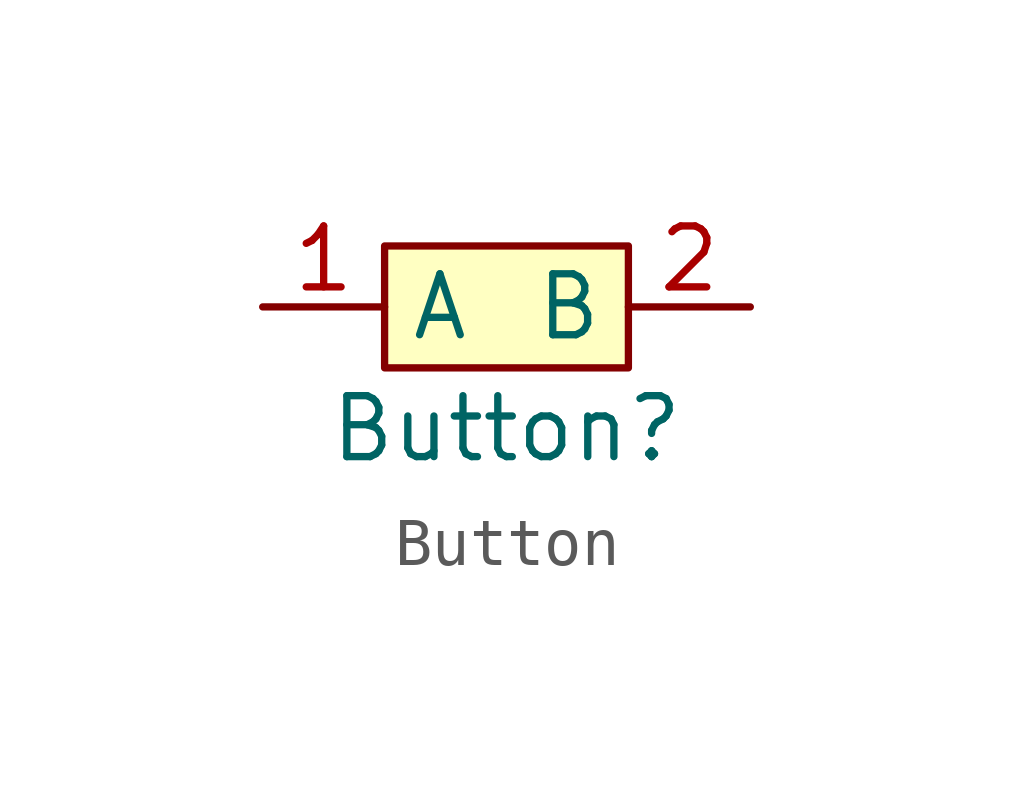
<source format=kicad_sym>
(kicad_symbol_lib
  (version 20241209)
  (generator "kicad_symbol_editor")
  (generator_version "9.0")
  (symbol "Button"
    (property "Reference" "Button"
      (at 0 0 0)
      (effects (font (size 1.27 1.27))))
    (property "Value" ""
      (at 0 0 0)
      (effects (font (size 1.27 1.27))))
    (symbol "Button_0_1"
      (rectangle (start -2.54 3.81) (end 2.54 1.27) (stroke (width 0) (type default)) (fill (type background))))
    (symbol "Button_1_1"
      (pin bidirectional line (at -5.08 2.54 0) (length 2.54) (name "A" (effects (font (size 1.27 1.27)))) (number "1" (effects (font (size 1.27 1.27)))))
      (pin bidirectional line (at 5.08 2.54 180) (length 2.54) (name "B" (effects (font (size 1.27 1.27)))) (number "2" (effects (font (size 1.27 1.27))))))))
</source>
